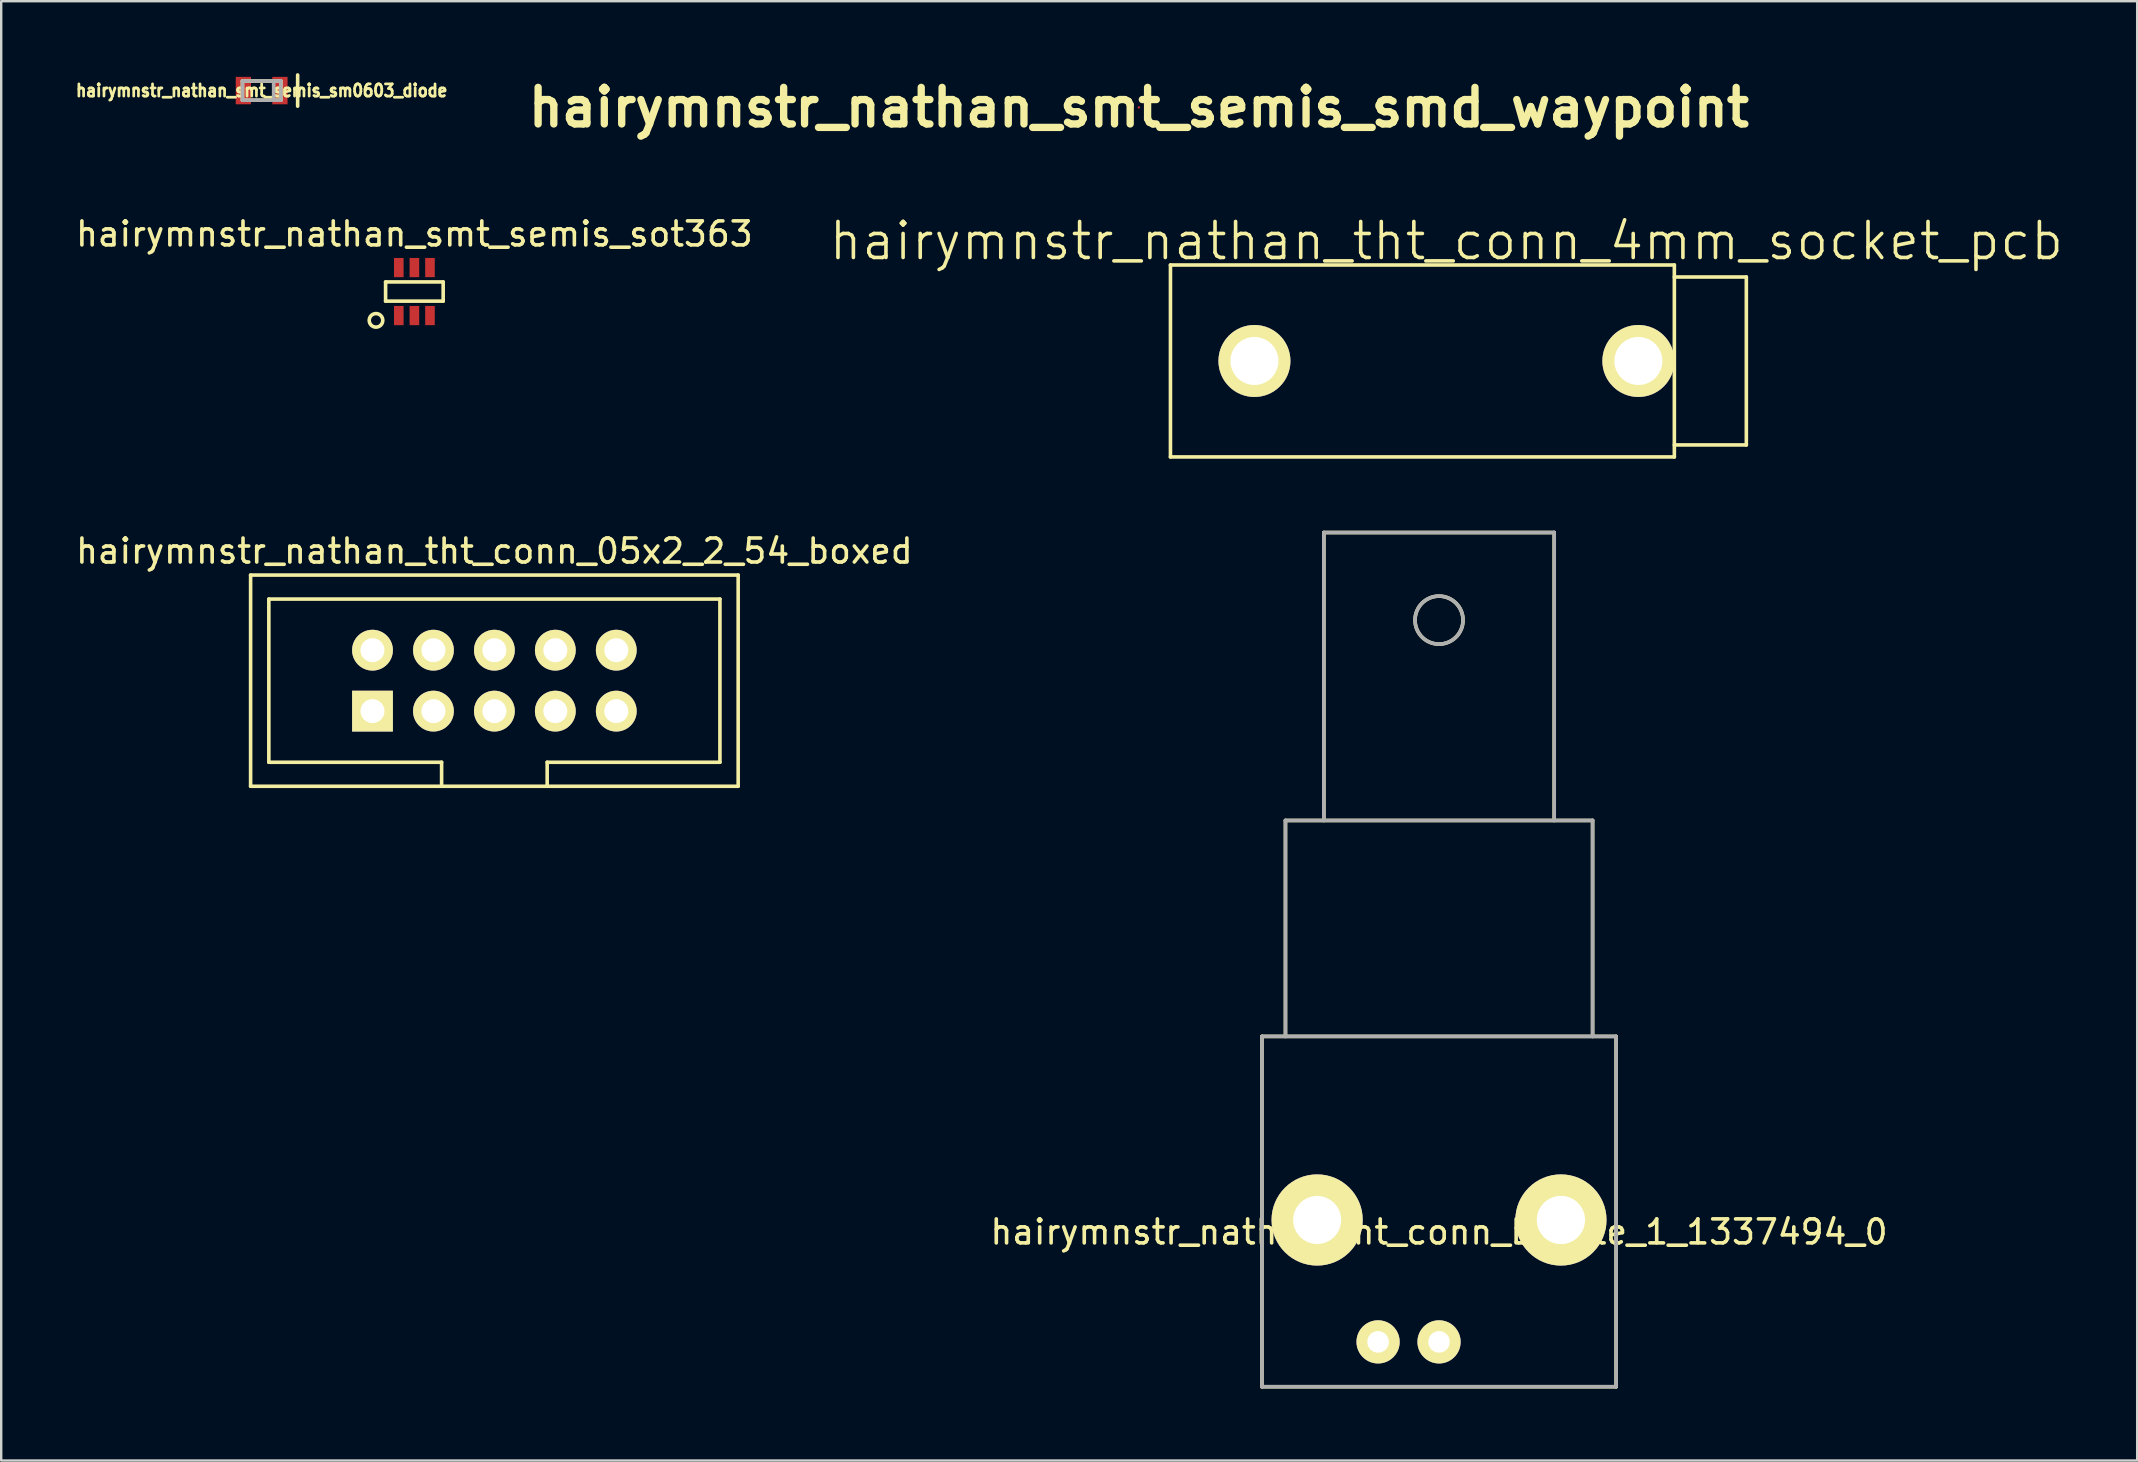
<source format=kicad_pcb>
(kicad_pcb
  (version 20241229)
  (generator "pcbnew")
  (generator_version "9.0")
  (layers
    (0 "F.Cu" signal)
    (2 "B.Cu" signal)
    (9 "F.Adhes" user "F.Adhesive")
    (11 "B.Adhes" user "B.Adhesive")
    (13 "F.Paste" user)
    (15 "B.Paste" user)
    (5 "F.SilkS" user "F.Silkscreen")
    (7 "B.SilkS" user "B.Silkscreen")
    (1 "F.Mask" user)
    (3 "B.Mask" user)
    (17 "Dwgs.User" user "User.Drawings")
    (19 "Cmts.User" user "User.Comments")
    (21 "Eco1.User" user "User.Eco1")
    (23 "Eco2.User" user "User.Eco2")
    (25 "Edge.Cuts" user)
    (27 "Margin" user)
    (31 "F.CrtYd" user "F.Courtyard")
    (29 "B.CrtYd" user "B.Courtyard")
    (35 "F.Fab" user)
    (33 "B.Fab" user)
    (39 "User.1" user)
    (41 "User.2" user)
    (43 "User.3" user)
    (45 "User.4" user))
  (footprint "hairymnstr_nathan_tht_conn_bnc_te_1_1337494_0"
    (layer "F.Cu")
    (at 56.923 47.794)
    (property "Reference" "hairymnstr_nathan_tht_conn_bnc_te_1_1337494_0" (at 0 0.5 0) (layer "F.SilkS") (effects (font (size 1 1) (thickness 0.15))))
    (attr through_hole)
    (fp_line (start -7.38 -7.65) (end 7.38 -7.65) (stroke (width 0.15) (type solid)) (layer "F.SilkS"))
    (fp_line (start -7.38 6.95) (end -7.38 -7.65) (stroke (width 0.15) (type solid)) (layer "F.SilkS"))
    (fp_line (start -7.38 6.95) (end 7.38 6.95) (stroke (width 0.15) (type solid)) (layer "F.SilkS"))
    (fp_line (start -6.4 -16.65) (end 6.4 -16.65) (stroke (width 0.15) (type solid)) (layer "F.SilkS"))
    (fp_line (start -6.4 -7.65) (end -6.4 -16.65) (stroke (width 0.15) (type solid)) (layer "F.SilkS"))
    (fp_line (start -4.8 -28.65) (end 4.8 -28.65) (stroke (width 0.15) (type solid)) (layer "F.SilkS"))
    (fp_line (start -4.8 -16.65) (end -4.8 -28.65) (stroke (width 0.15) (type solid)) (layer "F.SilkS"))
    (fp_line (start 4.8 -16.65) (end 4.8 -28.65) (stroke (width 0.15) (type solid)) (layer "F.SilkS"))
    (fp_line (start 6.4 -7.65) (end 6.4 -16.65) (stroke (width 0.15) (type solid)) (layer "F.SilkS"))
    (fp_line (start 7.38 6.95) (end 7.38 -7.65) (stroke (width 0.15) (type solid)) (layer "F.SilkS"))
    (fp_circle (center 0 -25) (end 0 -26) (stroke (width 0.15) (type solid)) (fill no) (layer "F.SilkS"))
    (fp_line (start -7.38 -7.65) (end 7.38 -7.65) (stroke (width 0.15) (type solid)) (layer "F.Fab"))
    (fp_line (start -7.38 6.95) (end -7.38 -7.65) (stroke (width 0.15) (type solid)) (layer "F.Fab"))
    (fp_line (start -7.38 6.95) (end 7.38 6.95) (stroke (width 0.15) (type solid)) (layer "F.Fab"))
    (fp_line (start -6.4 -16.65) (end 6.4 -16.65) (stroke (width 0.15) (type solid)) (layer "F.Fab"))
    (fp_line (start -6.4 -7.65) (end -6.4 -16.65) (stroke (width 0.15) (type solid)) (layer "F.Fab"))
    (fp_line (start -4.8 -28.65) (end 4.8 -28.65) (stroke (width 0.15) (type solid)) (layer "F.Fab"))
    (fp_line (start -4.8 -16.65) (end -4.8 -28.65) (stroke (width 0.15) (type solid)) (layer "F.Fab"))
    (fp_line (start 4.8 -16.65) (end 4.8 -28.65) (stroke (width 0.15) (type solid)) (layer "F.Fab"))
    (fp_line (start 6.4 -7.65) (end 6.4 -16.65) (stroke (width 0.15) (type solid)) (layer "F.Fab"))
    (fp_line (start 7.38 6.95) (end 7.38 -7.65) (stroke (width 0.15) (type solid)) (layer "F.Fab"))
    (fp_circle (center 0 -25) (end 0 -26) (stroke (width 0.15) (type solid)) (fill no) (layer "F.Fab"))
    (pad "1" thru_hole circle (at 0 5.08) (size 1.8 1.8) (drill 0.9) (layers "*.Cu" "*.Mask" "F.SilkS"))
    (pad "2" thru_hole circle (at -2.54 5.08) (size 1.8 1.8) (drill 0.9) (layers "*.Cu" "*.Mask" "F.SilkS"))
    (pad "CHAS" thru_hole circle (at -5.08 0) (size 3.8 3.8) (drill 2) (layers "*.Cu" "*.Mask" "F.SilkS"))
    (pad "CHAS" thru_hole circle (at 5.08 0) (size 3.8 3.8) (drill 2.01) (layers "*.Cu" "*.Mask" "F.SilkS")))
  (footprint "hairymnstr_nathan_tht_conn_4mm_socket_pcb"
    (layer "F.Cu")
    (at 57.23 11.994)
    (property "Reference" "hairymnstr_nathan_tht_conn_4mm_socket_pcb" (at 0 -5 0) (layer "F.SilkS") (effects (font (size 1.5 1.5) (thickness 0.15))))
    (attr through_hole)
    (fp_line (start -11.5 -4) (end -11.5 4) (stroke (width 0.15) (type solid)) (layer "F.SilkS"))
    (fp_line (start -11.5 4) (end 9.5 4) (stroke (width 0.15) (type solid)) (layer "F.SilkS"))
    (fp_line (start 9.5 -4) (end -11.5 -4) (stroke (width 0.15) (type solid)) (layer "F.SilkS"))
    (fp_line (start 9.5 -3.5) (end 12.5 -3.5) (stroke (width 0.15) (type solid)) (layer "F.SilkS"))
    (fp_line (start 9.5 4) (end 9.5 -4) (stroke (width 0.15) (type solid)) (layer "F.SilkS"))
    (fp_line (start 12.5 -3.5) (end 12.5 3.5) (stroke (width 0.15) (type solid)) (layer "F.SilkS"))
    (fp_line (start 12.5 3.5) (end 9.5 3.5) (stroke (width 0.15) (type solid)) (layer "F.SilkS"))
    (pad "1" thru_hole circle (at -8 0) (size 3 3) (drill 2) (layers "*.Cu" "*.Mask" "F.SilkS"))
    (pad "1" thru_hole circle (at 8 0) (size 3 3) (drill 2) (layers "*.Cu" "*.Mask" "F.SilkS")))
  (footprint "hairymnstr_nathan_smt_semis_sot363"
    (layer "F.Cu")
    (at 14.22 9.101)
    (property "Reference" "hairymnstr_nathan_smt_semis_sot363" (at 0 -2.4 0) (layer "F.SilkS") (effects (font (size 1 1) (thickness 0.15))))
    (attr smd)
    (fp_line (start -1.2 -0.4) (end 1.2 -0.4) (stroke (width 0.15) (type solid)) (layer "F.SilkS"))
    (fp_line (start -1.2 0.4) (end -1.2 -0.4) (stroke (width 0.15) (type solid)) (layer "F.SilkS"))
    (fp_line (start 1.2 -0.4) (end 1.2 0.4) (stroke (width 0.15) (type solid)) (layer "F.SilkS"))
    (fp_line (start 1.2 0.4) (end -1.2 0.4) (stroke (width 0.15) (type solid)) (layer "F.SilkS"))
    (fp_circle (center -1.6 1.2) (end -1.8 1) (stroke (width 0.15) (type solid)) (fill no) (layer "F.SilkS"))
    (pad "1" smd rect (at -0.65 1) (size 0.4 0.8) (layers "F.Cu" "F.Mask" "F.Paste"))
    (pad "2" smd rect (at 0 1) (size 0.4 0.8) (layers "F.Cu" "F.Mask" "F.Paste"))
    (pad "3" smd rect (at 0.65 1) (size 0.4 0.8) (layers "F.Cu" "F.Mask" "F.Paste"))
    (pad "4" smd rect (at 0.65 -1) (size 0.4 0.8) (layers "F.Cu" "F.Mask" "F.Paste"))
    (pad "5" smd rect (at 0 -1) (size 0.4 0.8) (layers "F.Cu" "F.Mask" "F.Paste"))
    (pad "6" smd rect (at -0.65 -1) (size 0.4 0.8) (layers "F.Cu" "F.Mask" "F.Paste")))
  (footprint "hairymnstr_nathan_tht_conn_05x2_2_54_boxed"
    (layer "F.Cu")
    (at 17.554 25.317)
    (property "Reference" "hairymnstr_nathan_tht_conn_05x2_2_54_boxed" (at 0 -5.4 0) (layer "F.SilkS") (effects (font (size 1 1) (thickness 0.15))))
    (attr through_hole)
    (fp_line (start -10.16 -4.4) (end 10.16 -4.4) (stroke (width 0.15) (type solid)) (layer "F.SilkS"))
    (fp_line (start -10.16 4.4) (end -10.16 -4.4) (stroke (width 0.15) (type solid)) (layer "F.SilkS"))
    (fp_line (start -9.4 -3.4) (end 9.4 -3.4) (stroke (width 0.15) (type solid)) (layer "F.SilkS"))
    (fp_line (start -9.4 3.4) (end -9.4 -3.4) (stroke (width 0.15) (type solid)) (layer "F.SilkS"))
    (fp_line (start -2.2 3.4) (end -9.4 3.4) (stroke (width 0.15) (type solid)) (layer "F.SilkS"))
    (fp_line (start -2.2 4.4) (end -2.2 3.4) (stroke (width 0.15) (type solid)) (layer "F.SilkS"))
    (fp_line (start 2.2 3.4) (end 2.2 4.4) (stroke (width 0.15) (type solid)) (layer "F.SilkS"))
    (fp_line (start 9.4 -3.4) (end 9.4 3.4) (stroke (width 0.15) (type solid)) (layer "F.SilkS"))
    (fp_line (start 9.4 3.4) (end 2.2 3.4) (stroke (width 0.15) (type solid)) (layer "F.SilkS"))
    (fp_line (start 10.16 -4.4) (end 10.16 4.4) (stroke (width 0.15) (type solid)) (layer "F.SilkS"))
    (fp_line (start 10.16 4.4) (end -10.16 4.4) (stroke (width 0.15) (type solid)) (layer "F.SilkS"))
    (pad "1" thru_hole rect (at -5.08 1.27) (size 1.7 1.7) (drill 1) (layers "*.Cu" "*.Mask" "F.SilkS"))
    (pad "2" thru_hole circle (at -5.08 -1.27) (size 1.7 1.7) (drill 1) (layers "*.Cu" "*.Mask" "F.SilkS"))
    (pad "3" thru_hole circle (at -2.54 1.27) (size 1.7 1.7) (drill 1) (layers "*.Cu" "*.Mask" "F.SilkS"))
    (pad "4" thru_hole circle (at -2.54 -1.27) (size 1.7 1.7) (drill 1) (layers "*.Cu" "*.Mask" "F.SilkS"))
    (pad "5" thru_hole circle (at 0 1.27) (size 1.7 1.7) (drill 1) (layers "*.Cu" "*.Mask" "F.SilkS"))
    (pad "6" thru_hole circle (at 0 -1.27) (size 1.7 1.7) (drill 1) (layers "*.Cu" "*.Mask" "F.SilkS"))
    (pad "7" thru_hole circle (at 2.54 1.27) (size 1.7 1.7) (drill 1) (layers "*.Cu" "*.Mask" "F.SilkS"))
    (pad "8" thru_hole circle (at 2.54 -1.27) (size 1.7 1.7) (drill 1) (layers "*.Cu" "*.Mask" "F.SilkS"))
    (pad "9" thru_hole circle (at 5.08 1.27) (size 1.7 1.7) (drill 1) (layers "*.Cu" "*.Mask" "F.SilkS"))
    (pad "10" thru_hole circle (at 5.08 -1.27) (size 1.7 1.7) (drill 1) (layers "*.Cu" "*.Mask" "F.SilkS")))
  (footprint "hairymnstr_nathan_smt_semis_smd_waypoint"
    (layer "F.Cu")
    (at 44.414 1.426)
    (property "Reference" "hairymnstr_nathan_smt_semis_smd_waypoint" (at 0 0 0) (layer "F.SilkS") (effects (font (size 1.524 1.524) (thickness 0.305))))
    (attr through_hole)
    (pad "1" smd circle (at 0 0) (size 0.1 0.1) (layers "F.Cu")))
  (footprint "hairymnstr_nathan_smt_semis_sm0603_diode"
    (layer "F.Cu")
    (at 7.855 0.725)
    (property "Reference" "hairymnstr_nathan_smt_semis_sm0603_diode" (at 0 0 0) (layer "F.SilkS") (effects (font (size 0.508 0.457) (thickness 0.114))))
    (attr smd)
    (fp_line (start -0.8 -0.4) (end 0.8 -0.4) (stroke (width 0.15) (type solid)) (layer "F.SilkS"))
    (fp_line (start -0.8 0.4) (end -0.8 -0.4) (stroke (width 0.15) (type solid)) (layer "F.SilkS"))
    (fp_line (start 0.8 -0.4) (end 0.8 0.4) (stroke (width 0.15) (type solid)) (layer "F.SilkS"))
    (fp_line (start 0.8 0.4) (end -0.8 0.4) (stroke (width 0.15) (type solid)) (layer "F.SilkS"))
    (fp_line (start 1.5 -0.65) (end 1.5 0.65) (stroke (width 0.15) (type solid)) (layer "F.SilkS"))
    (fp_line (start -0.8 -0.4) (end 0.8 -0.4) (stroke (width 0.15) (type solid)) (layer "F.Fab"))
    (fp_line (start -0.8 0.4) (end -0.8 -0.4) (stroke (width 0.15) (type solid)) (layer "F.Fab"))
    (fp_line (start 0.5 -0.4) (end 0.5 0.4) (stroke (width 0.15) (type solid)) (layer "F.Fab"))
    (fp_line (start 0.8 -0.4) (end 0.8 0.4) (stroke (width 0.15) (type solid)) (layer "F.Fab"))
    (fp_line (start 0.8 0.4) (end -0.8 0.4) (stroke (width 0.15) (type solid)) (layer "F.Fab"))
    (pad "1" smd rect (at -0.762 0) (size 0.635 1.143) (layers "F.Cu" "F.Mask" "F.Paste"))
    (pad "2" smd rect (at 0.762 0) (size 0.635 1.143) (layers "F.Cu" "F.Mask" "F.Paste")))
  (gr_rect
    (start -3 -3)
    (end 86.019 57.819)
    (stroke (width 0.1) (type default))
    (fill no)
    (layer "Edge.Cuts")))
</source>
